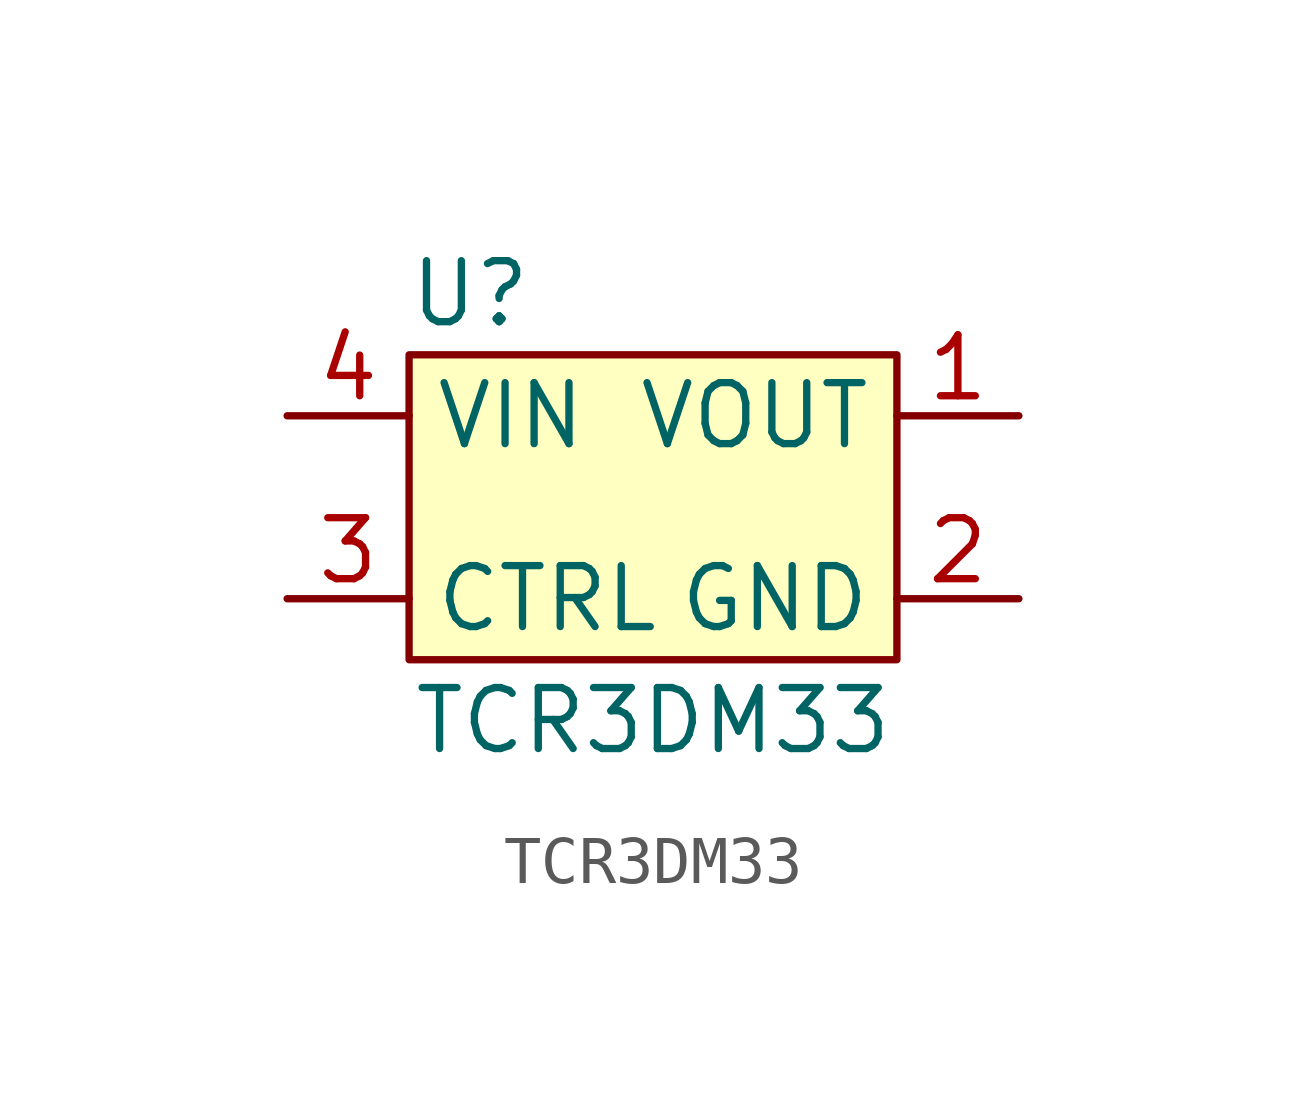
<source format=kicad_sym>
(kicad_symbol_lib
  (version 20211014)
  (generator kicad_symbol_editor)
  (symbol "TCR3DM33"
    (property "Reference" "U"
      (at -3.81 3.81 0)
      (effects (font (size 1.27 1.27))))
    (property "Value" "TCR3DM33"
      (at 0 -5.08 0)
      (effects (font (size 1.27 1.27))))
    (symbol "TCR3DM33_0_1"
      (rectangle (start -5.08 -3.81) (end 5.08 2.54) (stroke (width 0) (type default) (color 0 0 0 0)) (fill (type background))))
    (symbol "TCR3DM33_1_1"
      (pin input line (at 7.62 1.27 180) (length 2.54) (name "VOUT" (effects (font (size 1.27 1.27)))) (number "1" (effects (font (size 1.27 1.27)))))
      (pin input line (at 7.62 -2.54 180) (length 2.54) (name "GND" (effects (font (size 1.27 1.27)))) (number "2" (effects (font (size 1.27 1.27)))))
      (pin input line (at -7.62 -2.54 0) (length 2.54) (name "CTRL" (effects (font (size 1.27 1.27)))) (number "3" (effects (font (size 1.27 1.27)))))
      (pin input line (at -7.62 1.27 0) (length 2.54) (name "VIN" (effects (font (size 1.27 1.27)))) (number "4" (effects (font (size 1.27 1.27))))))))
</source>
